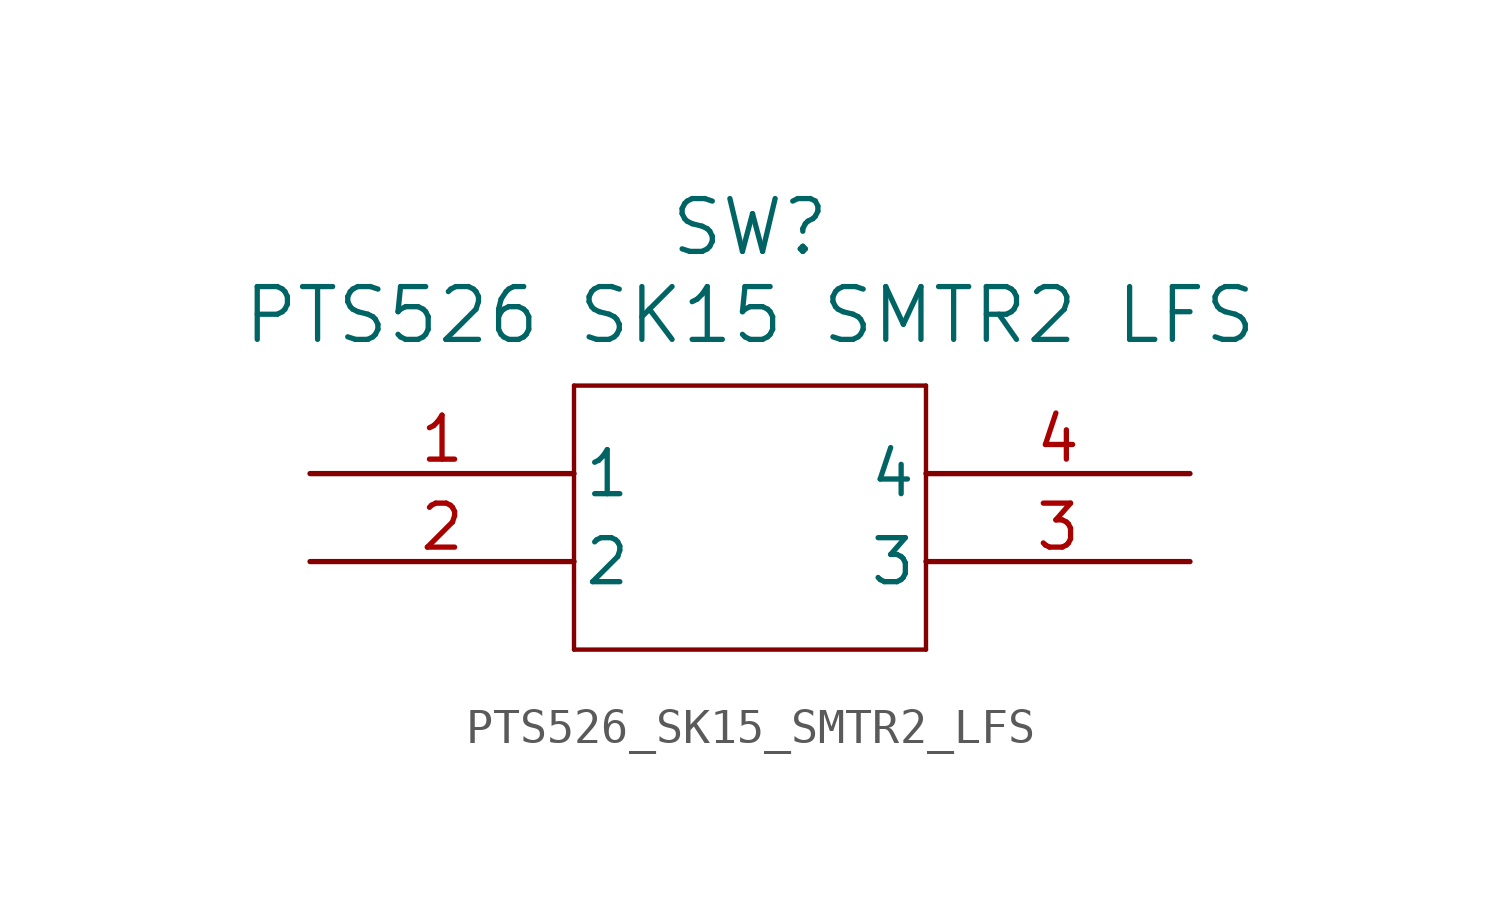
<source format=kicad_sym>
(kicad_symbol_lib
  (version 20231120)
  (generator "kicad_symbol_editor")
  (generator_version "8.0")
  (symbol "PTS526_SK15_SMTR2_LFS"
    (pin_names
      (offset 0.254))
    (property "Reference" "SW"
      (at 20.32 7.112 0)
      (effects (font (size 1.524 1.524))))
    (property "Value" "PTS526 SK15 SMTR2 LFS"
      (at 20.32 4.572 0)
      (effects (font (size 1.524 1.524))))
    (symbol "PTS526_SK15_SMTR2_LFS_0_1"
      (polyline (pts (xy 15.24 -5.08) (xy 25.4 -5.08)) (stroke (width 0.127) (type default)) (fill (type none)))
      (polyline (pts (xy 15.24 2.54) (xy 15.24 -5.08)) (stroke (width 0.127) (type default)) (fill (type none)))
      (polyline (pts (xy 25.4 -5.08) (xy 25.4 2.54)) (stroke (width 0.127) (type default)) (fill (type none)))
      (polyline (pts (xy 25.4 2.54) (xy 15.24 2.54)) (stroke (width 0.127) (type default)) (fill (type none)))
      (pin unspecified line (at 7.62 0 0) (length 7.62) (name "1" (effects (font (size 1.27 1.27)))) (number "1" (effects (font (size 1.27 1.27)))))
      (pin unspecified line (at 7.62 -2.54 0) (length 7.62) (name "2" (effects (font (size 1.27 1.27)))) (number "2" (effects (font (size 1.27 1.27)))))
      (pin unspecified line (at 33.02 -2.54 180) (length 7.62) (name "3" (effects (font (size 1.27 1.27)))) (number "3" (effects (font (size 1.27 1.27)))))
      (pin unspecified line (at 33.02 0 180) (length 7.62) (name "4" (effects (font (size 1.27 1.27)))) (number "4" (effects (font (size 1.27 1.27))))))))
</source>
